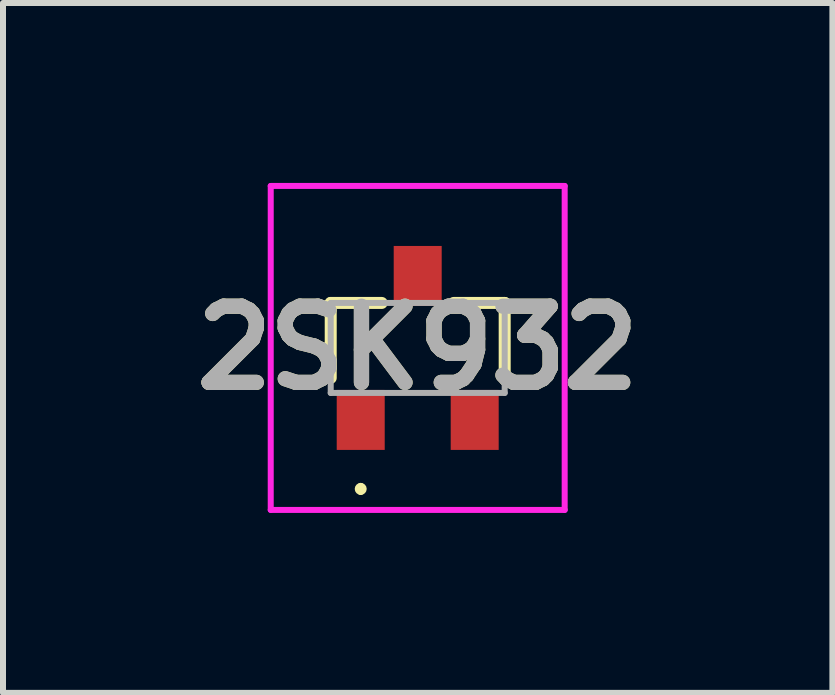
<source format=kicad_pcb>
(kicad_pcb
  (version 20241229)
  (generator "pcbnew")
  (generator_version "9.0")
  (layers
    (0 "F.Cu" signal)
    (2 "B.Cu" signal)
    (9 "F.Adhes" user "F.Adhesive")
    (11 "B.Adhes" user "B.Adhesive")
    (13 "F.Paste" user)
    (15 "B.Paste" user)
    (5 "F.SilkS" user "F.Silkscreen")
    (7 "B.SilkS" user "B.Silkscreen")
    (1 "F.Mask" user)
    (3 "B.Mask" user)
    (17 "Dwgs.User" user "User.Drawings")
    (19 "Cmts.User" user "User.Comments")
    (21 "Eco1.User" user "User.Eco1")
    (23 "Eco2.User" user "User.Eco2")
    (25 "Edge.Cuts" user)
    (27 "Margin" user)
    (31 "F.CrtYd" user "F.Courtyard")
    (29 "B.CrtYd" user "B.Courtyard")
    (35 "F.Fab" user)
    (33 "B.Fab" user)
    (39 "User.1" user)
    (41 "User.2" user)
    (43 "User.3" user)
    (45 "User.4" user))
  (footprint "2SK932"
    (layer "F.Cu")
    (at 3.913 2.75)
    (property "Reference" "2SK932" (at 0 0 0) (layer "F.SilkS") (effects (font (size 1.27 1.27) (thickness 0.254))))
    (attr smd)
    (fp_line (start -1.45 -0.75) (end -1.45 0.5) (stroke (width 0.2) (type solid)) (layer "F.SilkS"))
    (fp_line (start -0.95 2.3) (end -0.95 2.3) (stroke (width 0.1) (type solid)) (layer "F.SilkS"))
    (fp_line (start -0.95 2.4) (end -0.95 2.4) (stroke (width 0.1) (type solid)) (layer "F.SilkS"))
    (fp_line (start -0.6 -0.75) (end -1.45 -0.75) (stroke (width 0.2) (type solid)) (layer "F.SilkS"))
    (fp_line (start 0.6 -0.75) (end 1.45 -0.75) (stroke (width 0.2) (type solid)) (layer "F.SilkS"))
    (fp_line (start 1.45 -0.75) (end 1.45 0.5) (stroke (width 0.2) (type solid)) (layer "F.SilkS"))
    (fp_arc (start -0.95 2.3) (mid -0.9 2.35) (end -0.95 2.4) (stroke (width 0.1) (type solid)) (layer "F.SilkS"))
    (fp_arc (start -0.95 2.4) (mid -1 2.35) (end -0.95 2.3) (stroke (width 0.1) (type solid)) (layer "F.SilkS"))
    (fp_line (start -2.45 -2.7) (end 2.45 -2.7) (stroke (width 0.1) (type solid)) (layer "F.CrtYd"))
    (fp_line (start -2.45 2.7) (end -2.45 -2.7) (stroke (width 0.1) (type solid)) (layer "F.CrtYd"))
    (fp_line (start 2.45 -2.7) (end 2.45 2.7) (stroke (width 0.1) (type solid)) (layer "F.CrtYd"))
    (fp_line (start 2.45 2.7) (end -2.45 2.7) (stroke (width 0.1) (type solid)) (layer "F.CrtYd"))
    (fp_line (start -1.45 -0.75) (end -1.45 0.75) (stroke (width 0.1) (type solid)) (layer "F.Fab"))
    (fp_line (start -1.45 0.75) (end 1.45 0.75) (stroke (width 0.1) (type solid)) (layer "F.Fab"))
    (fp_line (start 1.45 -0.75) (end -1.45 -0.75) (stroke (width 0.1) (type solid)) (layer "F.Fab"))
    (fp_line (start 1.45 0.75) (end 1.45 -0.75) (stroke (width 0.1) (type solid)) (layer "F.Fab"))
    (fp_text user "${REFERENCE}" (at 0 0 0) (layer "F.Fab") (effects (font (size 1.27 1.27) (thickness 0.254))))
    (pad "1" smd rect (at -0.95 1.2) (size 0.8 1) (layers "F.Cu" "F.Mask" "F.Paste"))
    (pad "2" smd rect (at 0.95 1.2) (size 0.8 1) (layers "F.Cu" "F.Mask" "F.Paste"))
    (pad "3" smd rect (at 0 -1.2) (size 0.8 1) (layers "F.Cu" "F.Mask" "F.Paste")))
  (gr_rect
    (start -3 -3)
    (end 10.826 8.5)
    (stroke (width 0.1) (type default))
    (fill no)
    (layer "Edge.Cuts")))
</source>
